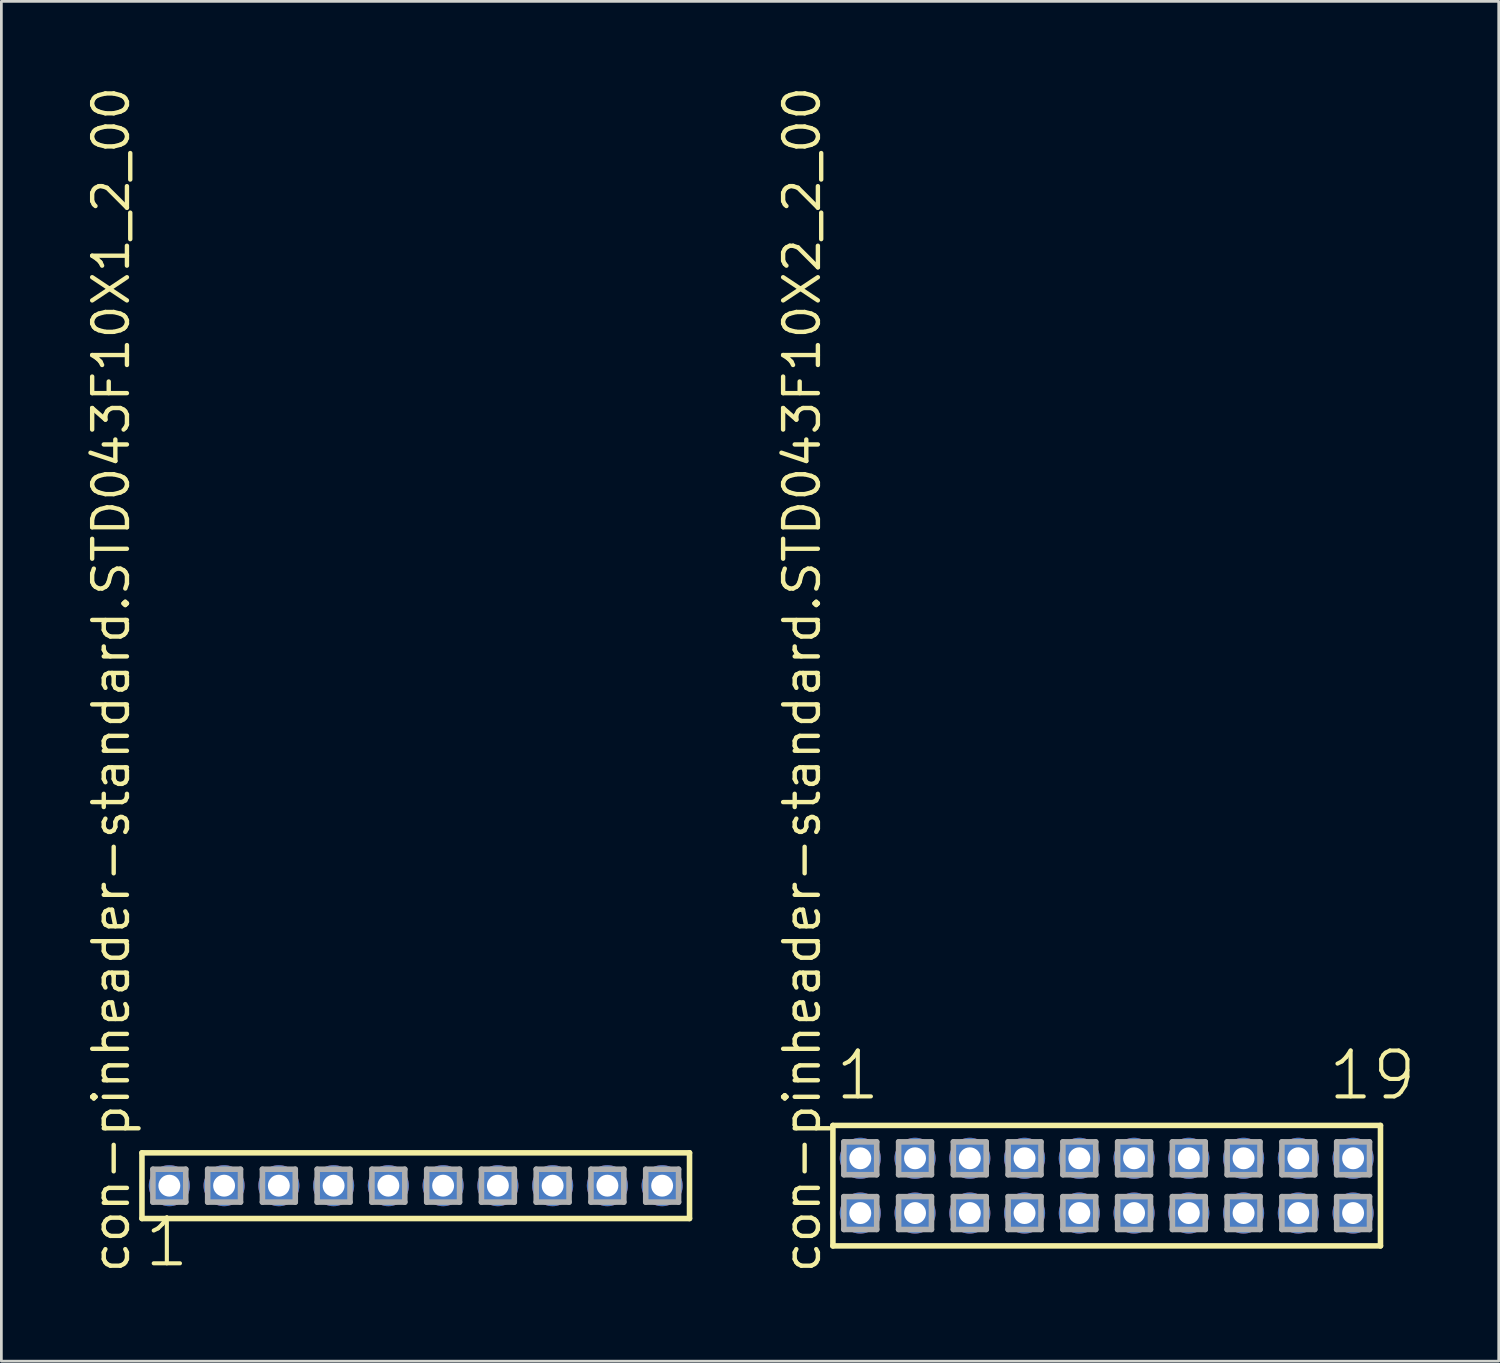
<source format=kicad_pcb>
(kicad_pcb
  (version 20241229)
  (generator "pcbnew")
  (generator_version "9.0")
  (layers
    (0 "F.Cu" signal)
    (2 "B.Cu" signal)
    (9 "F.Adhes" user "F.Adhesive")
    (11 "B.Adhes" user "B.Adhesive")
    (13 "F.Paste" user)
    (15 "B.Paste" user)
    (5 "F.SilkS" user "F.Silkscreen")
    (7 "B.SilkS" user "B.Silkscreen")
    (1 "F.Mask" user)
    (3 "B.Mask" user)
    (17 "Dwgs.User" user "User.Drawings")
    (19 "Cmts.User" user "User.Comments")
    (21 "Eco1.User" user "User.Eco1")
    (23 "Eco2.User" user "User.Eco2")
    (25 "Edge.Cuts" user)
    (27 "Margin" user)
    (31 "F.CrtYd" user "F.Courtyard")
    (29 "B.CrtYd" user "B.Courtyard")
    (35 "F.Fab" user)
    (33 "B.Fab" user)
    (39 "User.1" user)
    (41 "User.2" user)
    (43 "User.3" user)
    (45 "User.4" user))
  (footprint "con-pinheader-standard.STD043F10X1_2_00"
    (layer "F.Cu")
    (at 12.135 40.257)
    (property "Reference" "con-pinheader-standard.STD043F10X1_2_00" (at -10.385 3.27 90) (layer "F.SilkS") (effects (font (size 1.27 1.27) (thickness 0.16)) (justify left bottom)))
    (attr through_hole)
    (fp_line (start -10 -1.2) (end 10 -1.2) (stroke (width 0.203) (type default)) (layer "F.SilkS"))
    (fp_line (start -10 1.2) (end -10 -1.2) (stroke (width 0.203) (type default)) (layer "F.SilkS"))
    (fp_line (start 10 -1.2) (end 10 1.2) (stroke (width 0.203) (type default)) (layer "F.SilkS"))
    (fp_line (start 10 1.2) (end -10 1.2) (stroke (width 0.203) (type default)) (layer "F.SilkS"))
    (fp_line (start -9.6 -0.6) (end -8.4 -0.6) (stroke (width 0.203) (type default)) (layer "F.Fab"))
    (fp_line (start -9.6 0.6) (end -9.6 -0.6) (stroke (width 0.203) (type default)) (layer "F.Fab"))
    (fp_line (start -8.4 -0.6) (end -8.4 0.6) (stroke (width 0.203) (type default)) (layer "F.Fab"))
    (fp_line (start -8.4 0.6) (end -9.6 0.6) (stroke (width 0.203) (type default)) (layer "F.Fab"))
    (fp_line (start -7.6 -0.6) (end -6.4 -0.6) (stroke (width 0.203) (type default)) (layer "F.Fab"))
    (fp_line (start -7.6 0.6) (end -7.6 -0.6) (stroke (width 0.203) (type default)) (layer "F.Fab"))
    (fp_line (start -6.4 -0.6) (end -6.4 0.6) (stroke (width 0.203) (type default)) (layer "F.Fab"))
    (fp_line (start -6.4 0.6) (end -7.6 0.6) (stroke (width 0.203) (type default)) (layer "F.Fab"))
    (fp_line (start -5.6 -0.6) (end -4.4 -0.6) (stroke (width 0.203) (type default)) (layer "F.Fab"))
    (fp_line (start -5.6 0.6) (end -5.6 -0.6) (stroke (width 0.203) (type default)) (layer "F.Fab"))
    (fp_line (start -4.4 -0.6) (end -4.4 0.6) (stroke (width 0.203) (type default)) (layer "F.Fab"))
    (fp_line (start -4.4 0.6) (end -5.6 0.6) (stroke (width 0.203) (type default)) (layer "F.Fab"))
    (fp_line (start -3.6 -0.6) (end -2.4 -0.6) (stroke (width 0.203) (type default)) (layer "F.Fab"))
    (fp_line (start -3.6 0.6) (end -3.6 -0.6) (stroke (width 0.203) (type default)) (layer "F.Fab"))
    (fp_line (start -2.4 -0.6) (end -2.4 0.6) (stroke (width 0.203) (type default)) (layer "F.Fab"))
    (fp_line (start -2.4 0.6) (end -3.6 0.6) (stroke (width 0.203) (type default)) (layer "F.Fab"))
    (fp_line (start -1.6 -0.6) (end -0.4 -0.6) (stroke (width 0.203) (type default)) (layer "F.Fab"))
    (fp_line (start -1.6 0.6) (end -1.6 -0.6) (stroke (width 0.203) (type default)) (layer "F.Fab"))
    (fp_line (start -0.4 -0.6) (end -0.4 0.6) (stroke (width 0.203) (type default)) (layer "F.Fab"))
    (fp_line (start -0.4 0.6) (end -1.6 0.6) (stroke (width 0.203) (type default)) (layer "F.Fab"))
    (fp_line (start 0.4 -0.6) (end 1.6 -0.6) (stroke (width 0.203) (type default)) (layer "F.Fab"))
    (fp_line (start 0.4 0.6) (end 0.4 -0.6) (stroke (width 0.203) (type default)) (layer "F.Fab"))
    (fp_line (start 1.6 -0.6) (end 1.6 0.6) (stroke (width 0.203) (type default)) (layer "F.Fab"))
    (fp_line (start 1.6 0.6) (end 0.4 0.6) (stroke (width 0.203) (type default)) (layer "F.Fab"))
    (fp_line (start 2.4 -0.6) (end 3.6 -0.6) (stroke (width 0.203) (type default)) (layer "F.Fab"))
    (fp_line (start 2.4 0.6) (end 2.4 -0.6) (stroke (width 0.203) (type default)) (layer "F.Fab"))
    (fp_line (start 3.6 -0.6) (end 3.6 0.6) (stroke (width 0.203) (type default)) (layer "F.Fab"))
    (fp_line (start 3.6 0.6) (end 2.4 0.6) (stroke (width 0.203) (type default)) (layer "F.Fab"))
    (fp_line (start 4.4 -0.6) (end 5.6 -0.6) (stroke (width 0.203) (type default)) (layer "F.Fab"))
    (fp_line (start 4.4 0.6) (end 4.4 -0.6) (stroke (width 0.203) (type default)) (layer "F.Fab"))
    (fp_line (start 5.6 -0.6) (end 5.6 0.6) (stroke (width 0.203) (type default)) (layer "F.Fab"))
    (fp_line (start 5.6 0.6) (end 4.4 0.6) (stroke (width 0.203) (type default)) (layer "F.Fab"))
    (fp_line (start 6.4 -0.6) (end 7.6 -0.6) (stroke (width 0.203) (type default)) (layer "F.Fab"))
    (fp_line (start 6.4 0.6) (end 6.4 -0.6) (stroke (width 0.203) (type default)) (layer "F.Fab"))
    (fp_line (start 7.6 -0.6) (end 7.6 0.6) (stroke (width 0.203) (type default)) (layer "F.Fab"))
    (fp_line (start 7.6 0.6) (end 6.4 0.6) (stroke (width 0.203) (type default)) (layer "F.Fab"))
    (fp_line (start 8.4 -0.6) (end 9.6 -0.6) (stroke (width 0.203) (type default)) (layer "F.Fab"))
    (fp_line (start 8.4 0.6) (end 8.4 -0.6) (stroke (width 0.203) (type default)) (layer "F.Fab"))
    (fp_line (start 9.6 -0.6) (end 9.6 0.6) (stroke (width 0.203) (type default)) (layer "F.Fab"))
    (fp_line (start 9.6 0.6) (end 8.4 0.6) (stroke (width 0.203) (type default)) (layer "F.Fab"))
    (fp_text user "1" (at -9.988 3.048 0) (layer "F.SilkS") (effects (font (size 1.676 1.676) (thickness 0.15)) (justify left bottom)))
    (pad "1" thru_hole circle (at -9 0) (size 1.5 1.5) (drill 0.8) (layers "*.Cu" "*.Mask"))
    (pad "2" thru_hole circle (at -7 0) (size 1.5 1.5) (drill 0.8) (layers "*.Cu" "*.Mask"))
    (pad "3" thru_hole circle (at -5 0) (size 1.5 1.5) (drill 0.8) (layers "*.Cu" "*.Mask"))
    (pad "4" thru_hole circle (at -3 0) (size 1.5 1.5) (drill 0.8) (layers "*.Cu" "*.Mask"))
    (pad "5" thru_hole circle (at -1 0) (size 1.5 1.5) (drill 0.8) (layers "*.Cu" "*.Mask"))
    (pad "6" thru_hole circle (at 1 0) (size 1.5 1.5) (drill 0.8) (layers "*.Cu" "*.Mask"))
    (pad "7" thru_hole circle (at 3 0) (size 1.5 1.5) (drill 0.8) (layers "*.Cu" "*.Mask"))
    (pad "8" thru_hole circle (at 5 0) (size 1.5 1.5) (drill 0.8) (layers "*.Cu" "*.Mask"))
    (pad "9" thru_hole circle (at 7 0) (size 1.5 1.5) (drill 0.8) (layers "*.Cu" "*.Mask"))
    (pad "10" thru_hole circle (at 9 0) (size 1.5 1.5) (drill 0.8) (layers "*.Cu" "*.Mask")))
  (footprint "con-pinheader-standard.STD043F10X2_2_00"
    (layer "F.Cu")
    (at 37.372 40.257)
    (property "Reference" "con-pinheader-standard.STD043F10X2_2_00" (at -10.385 3.27 90) (layer "F.SilkS") (effects (font (size 1.27 1.27) (thickness 0.16)) (justify left bottom)))
    (attr through_hole)
    (fp_line (start -10 -2.2) (end 10 -2.2) (stroke (width 0.203) (type default)) (layer "F.SilkS"))
    (fp_line (start -10 2.2) (end -10 -2.2) (stroke (width 0.203) (type default)) (layer "F.SilkS"))
    (fp_line (start 10 -2.2) (end 10 2.2) (stroke (width 0.203) (type default)) (layer "F.SilkS"))
    (fp_line (start 10 2.2) (end -10 2.2) (stroke (width 0.203) (type default)) (layer "F.SilkS"))
    (fp_line (start -9.6 -1.6) (end -8.4 -1.6) (stroke (width 0.203) (type default)) (layer "F.Fab"))
    (fp_line (start -9.6 -0.4) (end -9.6 -1.6) (stroke (width 0.203) (type default)) (layer "F.Fab"))
    (fp_line (start -9.6 0.4) (end -8.4 0.4) (stroke (width 0.203) (type default)) (layer "F.Fab"))
    (fp_line (start -9.6 1.6) (end -9.6 0.4) (stroke (width 0.203) (type default)) (layer "F.Fab"))
    (fp_line (start -8.4 -1.6) (end -8.4 -0.4) (stroke (width 0.203) (type default)) (layer "F.Fab"))
    (fp_line (start -8.4 -0.4) (end -9.6 -0.4) (stroke (width 0.203) (type default)) (layer "F.Fab"))
    (fp_line (start -8.4 0.4) (end -8.4 1.6) (stroke (width 0.203) (type default)) (layer "F.Fab"))
    (fp_line (start -8.4 1.6) (end -9.6 1.6) (stroke (width 0.203) (type default)) (layer "F.Fab"))
    (fp_line (start -7.6 -1.6) (end -6.4 -1.6) (stroke (width 0.203) (type default)) (layer "F.Fab"))
    (fp_line (start -7.6 -0.4) (end -7.6 -1.6) (stroke (width 0.203) (type default)) (layer "F.Fab"))
    (fp_line (start -7.6 0.4) (end -6.4 0.4) (stroke (width 0.203) (type default)) (layer "F.Fab"))
    (fp_line (start -7.6 1.6) (end -7.6 0.4) (stroke (width 0.203) (type default)) (layer "F.Fab"))
    (fp_line (start -6.4 -1.6) (end -6.4 -0.4) (stroke (width 0.203) (type default)) (layer "F.Fab"))
    (fp_line (start -6.4 -0.4) (end -7.6 -0.4) (stroke (width 0.203) (type default)) (layer "F.Fab"))
    (fp_line (start -6.4 0.4) (end -6.4 1.6) (stroke (width 0.203) (type default)) (layer "F.Fab"))
    (fp_line (start -6.4 1.6) (end -7.6 1.6) (stroke (width 0.203) (type default)) (layer "F.Fab"))
    (fp_line (start -5.6 -1.6) (end -4.4 -1.6) (stroke (width 0.203) (type default)) (layer "F.Fab"))
    (fp_line (start -5.6 -0.4) (end -5.6 -1.6) (stroke (width 0.203) (type default)) (layer "F.Fab"))
    (fp_line (start -5.6 0.4) (end -4.4 0.4) (stroke (width 0.203) (type default)) (layer "F.Fab"))
    (fp_line (start -5.6 1.6) (end -5.6 0.4) (stroke (width 0.203) (type default)) (layer "F.Fab"))
    (fp_line (start -4.4 -1.6) (end -4.4 -0.4) (stroke (width 0.203) (type default)) (layer "F.Fab"))
    (fp_line (start -4.4 -0.4) (end -5.6 -0.4) (stroke (width 0.203) (type default)) (layer "F.Fab"))
    (fp_line (start -4.4 0.4) (end -4.4 1.6) (stroke (width 0.203) (type default)) (layer "F.Fab"))
    (fp_line (start -4.4 1.6) (end -5.6 1.6) (stroke (width 0.203) (type default)) (layer "F.Fab"))
    (fp_line (start -3.6 -1.6) (end -2.4 -1.6) (stroke (width 0.203) (type default)) (layer "F.Fab"))
    (fp_line (start -3.6 -0.4) (end -3.6 -1.6) (stroke (width 0.203) (type default)) (layer "F.Fab"))
    (fp_line (start -3.6 0.4) (end -2.4 0.4) (stroke (width 0.203) (type default)) (layer "F.Fab"))
    (fp_line (start -3.6 1.6) (end -3.6 0.4) (stroke (width 0.203) (type default)) (layer "F.Fab"))
    (fp_line (start -2.4 -1.6) (end -2.4 -0.4) (stroke (width 0.203) (type default)) (layer "F.Fab"))
    (fp_line (start -2.4 -0.4) (end -3.6 -0.4) (stroke (width 0.203) (type default)) (layer "F.Fab"))
    (fp_line (start -2.4 0.4) (end -2.4 1.6) (stroke (width 0.203) (type default)) (layer "F.Fab"))
    (fp_line (start -2.4 1.6) (end -3.6 1.6) (stroke (width 0.203) (type default)) (layer "F.Fab"))
    (fp_line (start -1.6 -1.6) (end -0.4 -1.6) (stroke (width 0.203) (type default)) (layer "F.Fab"))
    (fp_line (start -1.6 -0.4) (end -1.6 -1.6) (stroke (width 0.203) (type default)) (layer "F.Fab"))
    (fp_line (start -1.6 0.4) (end -0.4 0.4) (stroke (width 0.203) (type default)) (layer "F.Fab"))
    (fp_line (start -1.6 1.6) (end -1.6 0.4) (stroke (width 0.203) (type default)) (layer "F.Fab"))
    (fp_line (start -0.4 -1.6) (end -0.4 -0.4) (stroke (width 0.203) (type default)) (layer "F.Fab"))
    (fp_line (start -0.4 -0.4) (end -1.6 -0.4) (stroke (width 0.203) (type default)) (layer "F.Fab"))
    (fp_line (start -0.4 0.4) (end -0.4 1.6) (stroke (width 0.203) (type default)) (layer "F.Fab"))
    (fp_line (start -0.4 1.6) (end -1.6 1.6) (stroke (width 0.203) (type default)) (layer "F.Fab"))
    (fp_line (start 0.4 -1.6) (end 1.6 -1.6) (stroke (width 0.203) (type default)) (layer "F.Fab"))
    (fp_line (start 0.4 -0.4) (end 0.4 -1.6) (stroke (width 0.203) (type default)) (layer "F.Fab"))
    (fp_line (start 0.4 0.4) (end 1.6 0.4) (stroke (width 0.203) (type default)) (layer "F.Fab"))
    (fp_line (start 0.4 1.6) (end 0.4 0.4) (stroke (width 0.203) (type default)) (layer "F.Fab"))
    (fp_line (start 1.6 -1.6) (end 1.6 -0.4) (stroke (width 0.203) (type default)) (layer "F.Fab"))
    (fp_line (start 1.6 -0.4) (end 0.4 -0.4) (stroke (width 0.203) (type default)) (layer "F.Fab"))
    (fp_line (start 1.6 0.4) (end 1.6 1.6) (stroke (width 0.203) (type default)) (layer "F.Fab"))
    (fp_line (start 1.6 1.6) (end 0.4 1.6) (stroke (width 0.203) (type default)) (layer "F.Fab"))
    (fp_line (start 2.4 -1.6) (end 3.6 -1.6) (stroke (width 0.203) (type default)) (layer "F.Fab"))
    (fp_line (start 2.4 -0.4) (end 2.4 -1.6) (stroke (width 0.203) (type default)) (layer "F.Fab"))
    (fp_line (start 2.4 0.4) (end 3.6 0.4) (stroke (width 0.203) (type default)) (layer "F.Fab"))
    (fp_line (start 2.4 1.6) (end 2.4 0.4) (stroke (width 0.203) (type default)) (layer "F.Fab"))
    (fp_line (start 3.6 -1.6) (end 3.6 -0.4) (stroke (width 0.203) (type default)) (layer "F.Fab"))
    (fp_line (start 3.6 -0.4) (end 2.4 -0.4) (stroke (width 0.203) (type default)) (layer "F.Fab"))
    (fp_line (start 3.6 0.4) (end 3.6 1.6) (stroke (width 0.203) (type default)) (layer "F.Fab"))
    (fp_line (start 3.6 1.6) (end 2.4 1.6) (stroke (width 0.203) (type default)) (layer "F.Fab"))
    (fp_line (start 4.4 -1.6) (end 5.6 -1.6) (stroke (width 0.203) (type default)) (layer "F.Fab"))
    (fp_line (start 4.4 -0.4) (end 4.4 -1.6) (stroke (width 0.203) (type default)) (layer "F.Fab"))
    (fp_line (start 4.4 0.4) (end 5.6 0.4) (stroke (width 0.203) (type default)) (layer "F.Fab"))
    (fp_line (start 4.4 1.6) (end 4.4 0.4) (stroke (width 0.203) (type default)) (layer "F.Fab"))
    (fp_line (start 5.6 -1.6) (end 5.6 -0.4) (stroke (width 0.203) (type default)) (layer "F.Fab"))
    (fp_line (start 5.6 -0.4) (end 4.4 -0.4) (stroke (width 0.203) (type default)) (layer "F.Fab"))
    (fp_line (start 5.6 0.4) (end 5.6 1.6) (stroke (width 0.203) (type default)) (layer "F.Fab"))
    (fp_line (start 5.6 1.6) (end 4.4 1.6) (stroke (width 0.203) (type default)) (layer "F.Fab"))
    (fp_line (start 6.4 -1.6) (end 7.6 -1.6) (stroke (width 0.203) (type default)) (layer "F.Fab"))
    (fp_line (start 6.4 -0.4) (end 6.4 -1.6) (stroke (width 0.203) (type default)) (layer "F.Fab"))
    (fp_line (start 6.4 0.4) (end 7.6 0.4) (stroke (width 0.203) (type default)) (layer "F.Fab"))
    (fp_line (start 6.4 1.6) (end 6.4 0.4) (stroke (width 0.203) (type default)) (layer "F.Fab"))
    (fp_line (start 7.6 -1.6) (end 7.6 -0.4) (stroke (width 0.203) (type default)) (layer "F.Fab"))
    (fp_line (start 7.6 -0.4) (end 6.4 -0.4) (stroke (width 0.203) (type default)) (layer "F.Fab"))
    (fp_line (start 7.6 0.4) (end 7.6 1.6) (stroke (width 0.203) (type default)) (layer "F.Fab"))
    (fp_line (start 7.6 1.6) (end 6.4 1.6) (stroke (width 0.203) (type default)) (layer "F.Fab"))
    (fp_line (start 8.4 -1.6) (end 9.6 -1.6) (stroke (width 0.203) (type default)) (layer "F.Fab"))
    (fp_line (start 8.4 -0.4) (end 8.4 -1.6) (stroke (width 0.203) (type default)) (layer "F.Fab"))
    (fp_line (start 8.4 0.4) (end 9.6 0.4) (stroke (width 0.203) (type default)) (layer "F.Fab"))
    (fp_line (start 8.4 1.6) (end 8.4 0.4) (stroke (width 0.203) (type default)) (layer "F.Fab"))
    (fp_line (start 9.6 -1.6) (end 9.6 -0.4) (stroke (width 0.203) (type default)) (layer "F.Fab"))
    (fp_line (start 9.6 -0.4) (end 8.4 -0.4) (stroke (width 0.203) (type default)) (layer "F.Fab"))
    (fp_line (start 9.6 0.4) (end 9.6 1.6) (stroke (width 0.203) (type default)) (layer "F.Fab"))
    (fp_line (start 9.6 1.6) (end 8.4 1.6) (stroke (width 0.203) (type default)) (layer "F.Fab"))
    (fp_text user "19" (at 8.012 -3.048 0) (layer "F.SilkS") (effects (font (size 1.676 1.676) (thickness 0.15)) (justify left bottom)))
    (fp_text user "1" (at -9.988 -3.048 0) (layer "F.SilkS") (effects (font (size 1.676 1.676) (thickness 0.15)) (justify left bottom)))
    (pad "1" thru_hole circle (at -9 -1) (size 1.5 1.5) (drill 0.8) (layers "*.Cu" "*.Mask"))
    (pad "2" thru_hole circle (at -9 1) (size 1.5 1.5) (drill 0.8) (layers "*.Cu" "*.Mask"))
    (pad "3" thru_hole circle (at -7 -1) (size 1.5 1.5) (drill 0.8) (layers "*.Cu" "*.Mask"))
    (pad "4" thru_hole circle (at -7 1) (size 1.5 1.5) (drill 0.8) (layers "*.Cu" "*.Mask"))
    (pad "5" thru_hole circle (at -5 -1) (size 1.5 1.5) (drill 0.8) (layers "*.Cu" "*.Mask"))
    (pad "6" thru_hole circle (at -5 1) (size 1.5 1.5) (drill 0.8) (layers "*.Cu" "*.Mask"))
    (pad "7" thru_hole circle (at -3 -1) (size 1.5 1.5) (drill 0.8) (layers "*.Cu" "*.Mask"))
    (pad "8" thru_hole circle (at -3 1) (size 1.5 1.5) (drill 0.8) (layers "*.Cu" "*.Mask"))
    (pad "9" thru_hole circle (at -1 -1) (size 1.5 1.5) (drill 0.8) (layers "*.Cu" "*.Mask"))
    (pad "10" thru_hole circle (at -1 1) (size 1.5 1.5) (drill 0.8) (layers "*.Cu" "*.Mask"))
    (pad "11" thru_hole circle (at 1 -1) (size 1.5 1.5) (drill 0.8) (layers "*.Cu" "*.Mask"))
    (pad "12" thru_hole circle (at 1 1) (size 1.5 1.5) (drill 0.8) (layers "*.Cu" "*.Mask"))
    (pad "13" thru_hole circle (at 3 -1) (size 1.5 1.5) (drill 0.8) (layers "*.Cu" "*.Mask"))
    (pad "14" thru_hole circle (at 3 1) (size 1.5 1.5) (drill 0.8) (layers "*.Cu" "*.Mask"))
    (pad "15" thru_hole circle (at 5 -1) (size 1.5 1.5) (drill 0.8) (layers "*.Cu" "*.Mask"))
    (pad "16" thru_hole circle (at 5 1) (size 1.5 1.5) (drill 0.8) (layers "*.Cu" "*.Mask"))
    (pad "17" thru_hole circle (at 7 -1) (size 1.5 1.5) (drill 0.8) (layers "*.Cu" "*.Mask"))
    (pad "18" thru_hole circle (at 7 1) (size 1.5 1.5) (drill 0.8) (layers "*.Cu" "*.Mask"))
    (pad "19" thru_hole circle (at 9 -1) (size 1.5 1.5) (drill 0.8) (layers "*.Cu" "*.Mask"))
    (pad "20" thru_hole circle (at 9 1) (size 1.5 1.5) (drill 0.8) (layers "*.Cu" "*.Mask")))
  (gr_rect
    (start -3 -3)
    (end 51.691 46.666)
    (stroke (width 0.1) (type default))
    (fill no)
    (layer "Edge.Cuts")))
</source>
